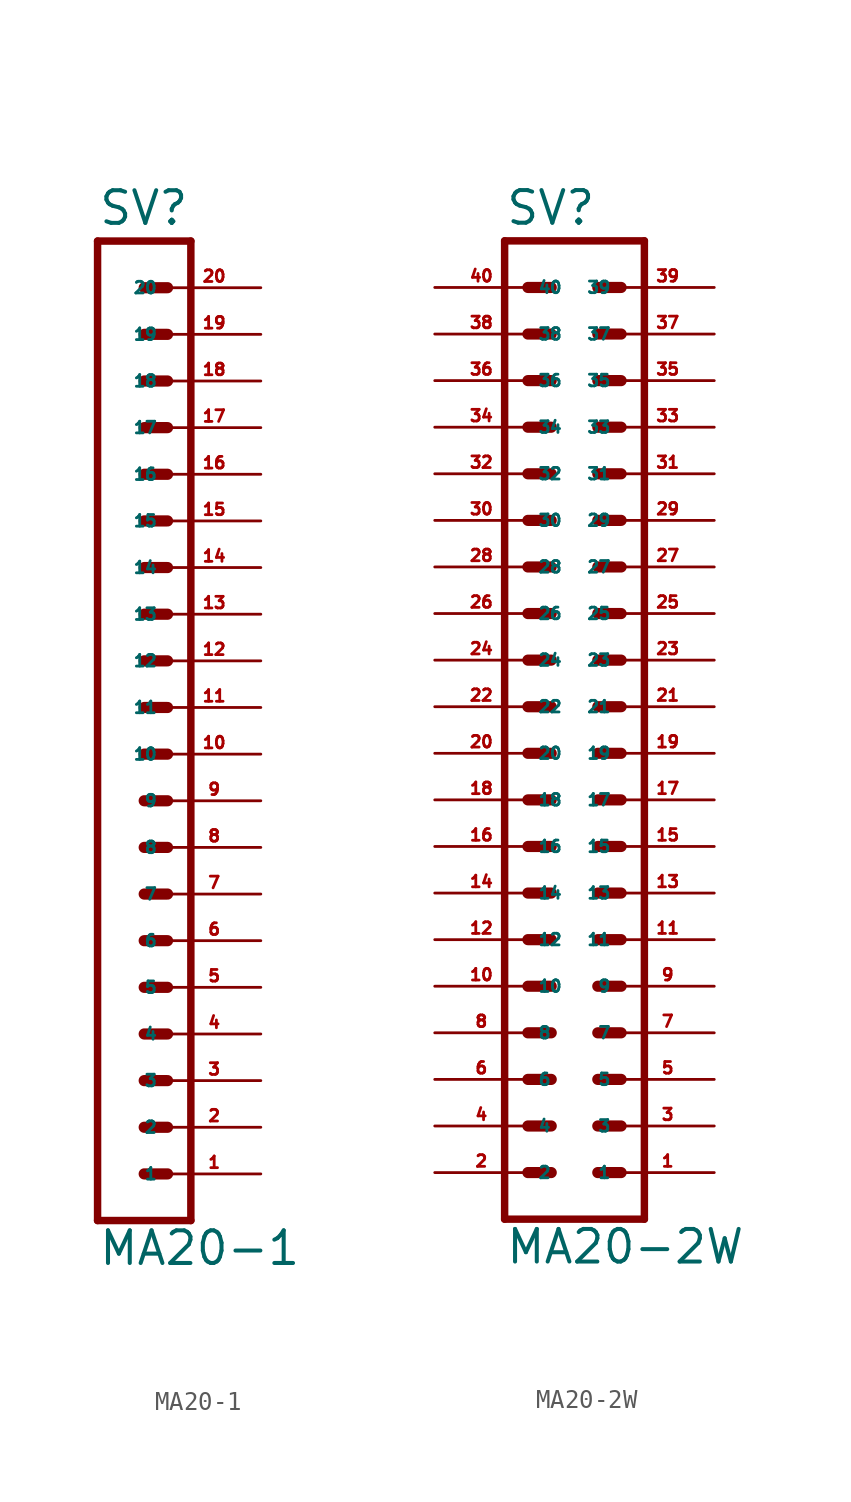
<source format=kicad_sym>
(kicad_symbol_lib
  (version 20220914)
  (generator Eagle2Kicad)
  (symbol "MA20-1"
    (property "Reference" "SV"
      (at -1.27 28.702 0)
      (effects (font (size 1.778 1.778) (thickness 0.22)) (justify left bottom)))
    (property "Value" "MA20-1"
      (at -1.27 -27.94 0)
      (effects (font (size 1.778 1.778) (thickness 0.22)) (justify left bottom)))
    (polyline
      (pts (xy 3.81 -25.4) (xy -1.27 -25.4))
      (stroke (width 0.406) (type default))
      (fill (type none)))
    (polyline
      (pts (xy 1.27 -17.78) (xy 2.54 -17.78))
      (stroke (width 0.61) (type default))
      (fill (type none)))
    (polyline
      (pts (xy 1.27 -20.32) (xy 2.54 -20.32))
      (stroke (width 0.61) (type default))
      (fill (type none)))
    (polyline
      (pts (xy 1.27 -22.86) (xy 2.54 -22.86))
      (stroke (width 0.61) (type default))
      (fill (type none)))
    (polyline
      (pts (xy 1.27 -12.7) (xy 2.54 -12.7))
      (stroke (width 0.61) (type default))
      (fill (type none)))
    (polyline
      (pts (xy 1.27 -15.24) (xy 2.54 -15.24))
      (stroke (width 0.61) (type default))
      (fill (type none)))
    (polyline
      (pts (xy 1.27 -5.08) (xy 2.54 -5.08))
      (stroke (width 0.61) (type default))
      (fill (type none)))
    (polyline
      (pts (xy 1.27 -7.62) (xy 2.54 -7.62))
      (stroke (width 0.61) (type default))
      (fill (type none)))
    (polyline
      (pts (xy 1.27 -10.16) (xy 2.54 -10.16))
      (stroke (width 0.61) (type default))
      (fill (type none)))
    (polyline
      (pts (xy 1.27 0) (xy 2.54 0))
      (stroke (width 0.61) (type default))
      (fill (type none)))
    (polyline
      (pts (xy 1.27 -2.54) (xy 2.54 -2.54))
      (stroke (width 0.61) (type default))
      (fill (type none)))
    (polyline
      (pts (xy 1.27 7.62) (xy 2.54 7.62))
      (stroke (width 0.61) (type default))
      (fill (type none)))
    (polyline
      (pts (xy 1.27 5.08) (xy 2.54 5.08))
      (stroke (width 0.61) (type default))
      (fill (type none)))
    (polyline
      (pts (xy 1.27 2.54) (xy 2.54 2.54))
      (stroke (width 0.61) (type default))
      (fill (type none)))
    (polyline
      (pts (xy 1.27 15.24) (xy 2.54 15.24))
      (stroke (width 0.61) (type default))
      (fill (type none)))
    (polyline
      (pts (xy 1.27 12.7) (xy 2.54 12.7))
      (stroke (width 0.61) (type default))
      (fill (type none)))
    (polyline
      (pts (xy 1.27 10.16) (xy 2.54 10.16))
      (stroke (width 0.61) (type default))
      (fill (type none)))
    (polyline
      (pts (xy 1.27 20.32) (xy 2.54 20.32))
      (stroke (width 0.61) (type default))
      (fill (type none)))
    (polyline
      (pts (xy 1.27 17.78) (xy 2.54 17.78))
      (stroke (width 0.61) (type default))
      (fill (type none)))
    (polyline
      (pts (xy 1.27 25.4) (xy 2.54 25.4))
      (stroke (width 0.61) (type default))
      (fill (type none)))
    (polyline
      (pts (xy 1.27 22.86) (xy 2.54 22.86))
      (stroke (width 0.61) (type default))
      (fill (type none)))
    (polyline
      (pts (xy -1.27 27.94) (xy -1.27 -25.4))
      (stroke (width 0.406) (type default))
      (fill (type none)))
    (polyline
      (pts (xy 3.81 -25.4) (xy 3.81 27.94))
      (stroke (width 0.406) (type default))
      (fill (type none)))
    (polyline
      (pts (xy -1.27 27.94) (xy 3.81 27.94))
      (stroke (width 0.406) (type default))
      (fill (type none)))
    (pin passive line
      (at 7.62 -22.86 180)
      (length 5.08)
      (name "1" (effects (font (size 0.635 0.635) (thickness 0.08)) (justify left bottom)))
      (number "1" (effects (font (size 0.635 0.635) (thickness 0.08)) (justify left bottom))))
    (pin passive line
      (at 7.62 -20.32 180)
      (length 5.08)
      (name "2" (effects (font (size 0.635 0.635) (thickness 0.08)) (justify left bottom)))
      (number "2" (effects (font (size 0.635 0.635) (thickness 0.08)) (justify left bottom))))
    (pin passive line
      (at 7.62 -17.78 180)
      (length 5.08)
      (name "3" (effects (font (size 0.635 0.635) (thickness 0.08)) (justify left bottom)))
      (number "3" (effects (font (size 0.635 0.635) (thickness 0.08)) (justify left bottom))))
    (pin passive line
      (at 7.62 -15.24 180)
      (length 5.08)
      (name "4" (effects (font (size 0.635 0.635) (thickness 0.08)) (justify left bottom)))
      (number "4" (effects (font (size 0.635 0.635) (thickness 0.08)) (justify left bottom))))
    (pin passive line
      (at 7.62 -12.7 180)
      (length 5.08)
      (name "5" (effects (font (size 0.635 0.635) (thickness 0.08)) (justify left bottom)))
      (number "5" (effects (font (size 0.635 0.635) (thickness 0.08)) (justify left bottom))))
    (pin passive line
      (at 7.62 -10.16 180)
      (length 5.08)
      (name "6" (effects (font (size 0.635 0.635) (thickness 0.08)) (justify left bottom)))
      (number "6" (effects (font (size 0.635 0.635) (thickness 0.08)) (justify left bottom))))
    (pin passive line
      (at 7.62 -7.62 180)
      (length 5.08)
      (name "7" (effects (font (size 0.635 0.635) (thickness 0.08)) (justify left bottom)))
      (number "7" (effects (font (size 0.635 0.635) (thickness 0.08)) (justify left bottom))))
    (pin passive line
      (at 7.62 -5.08 180)
      (length 5.08)
      (name "8" (effects (font (size 0.635 0.635) (thickness 0.08)) (justify left bottom)))
      (number "8" (effects (font (size 0.635 0.635) (thickness 0.08)) (justify left bottom))))
    (pin passive line
      (at 7.62 -2.54 180)
      (length 5.08)
      (name "9" (effects (font (size 0.635 0.635) (thickness 0.08)) (justify left bottom)))
      (number "9" (effects (font (size 0.635 0.635) (thickness 0.08)) (justify left bottom))))
    (pin passive line
      (at 7.62 0 180)
      (length 5.08)
      (name "10" (effects (font (size 0.635 0.635) (thickness 0.08)) (justify left bottom)))
      (number "10" (effects (font (size 0.635 0.635) (thickness 0.08)) (justify left bottom))))
    (pin passive line
      (at 7.62 2.54 180)
      (length 5.08)
      (name "11" (effects (font (size 0.635 0.635) (thickness 0.08)) (justify left bottom)))
      (number "11" (effects (font (size 0.635 0.635) (thickness 0.08)) (justify left bottom))))
    (pin passive line
      (at 7.62 5.08 180)
      (length 5.08)
      (name "12" (effects (font (size 0.635 0.635) (thickness 0.08)) (justify left bottom)))
      (number "12" (effects (font (size 0.635 0.635) (thickness 0.08)) (justify left bottom))))
    (pin passive line
      (at 7.62 7.62 180)
      (length 5.08)
      (name "13" (effects (font (size 0.635 0.635) (thickness 0.08)) (justify left bottom)))
      (number "13" (effects (font (size 0.635 0.635) (thickness 0.08)) (justify left bottom))))
    (pin passive line
      (at 7.62 10.16 180)
      (length 5.08)
      (name "14" (effects (font (size 0.635 0.635) (thickness 0.08)) (justify left bottom)))
      (number "14" (effects (font (size 0.635 0.635) (thickness 0.08)) (justify left bottom))))
    (pin passive line
      (at 7.62 12.7 180)
      (length 5.08)
      (name "15" (effects (font (size 0.635 0.635) (thickness 0.08)) (justify left bottom)))
      (number "15" (effects (font (size 0.635 0.635) (thickness 0.08)) (justify left bottom))))
    (pin passive line
      (at 7.62 15.24 180)
      (length 5.08)
      (name "16" (effects (font (size 0.635 0.635) (thickness 0.08)) (justify left bottom)))
      (number "16" (effects (font (size 0.635 0.635) (thickness 0.08)) (justify left bottom))))
    (pin passive line
      (at 7.62 17.78 180)
      (length 5.08)
      (name "17" (effects (font (size 0.635 0.635) (thickness 0.08)) (justify left bottom)))
      (number "17" (effects (font (size 0.635 0.635) (thickness 0.08)) (justify left bottom))))
    (pin passive line
      (at 7.62 20.32 180)
      (length 5.08)
      (name "18" (effects (font (size 0.635 0.635) (thickness 0.08)) (justify left bottom)))
      (number "18" (effects (font (size 0.635 0.635) (thickness 0.08)) (justify left bottom))))
    (pin passive line
      (at 7.62 22.86 180)
      (length 5.08)
      (name "19" (effects (font (size 0.635 0.635) (thickness 0.08)) (justify left bottom)))
      (number "19" (effects (font (size 0.635 0.635) (thickness 0.08)) (justify left bottom))))
    (pin passive line
      (at 7.62 25.4 180)
      (length 5.08)
      (name "20" (effects (font (size 0.635 0.635) (thickness 0.08)) (justify left bottom)))
      (number "20" (effects (font (size 0.635 0.635) (thickness 0.08)) (justify left bottom)))))
  (symbol "MA20-2W"
    (property "Reference" "SV"
      (at -3.81 26.162 0)
      (effects (font (size 1.778 1.778) (thickness 0.22)) (justify left bottom)))
    (property "Value" "MA20-2W"
      (at -3.81 -30.48 0)
      (effects (font (size 1.778 1.778) (thickness 0.22)) (justify left bottom)))
    (polyline
      (pts (xy 3.81 -27.94) (xy -3.81 -27.94))
      (stroke (width 0.406) (type default))
      (fill (type none)))
    (polyline
      (pts (xy 1.27 -20.32) (xy 2.54 -20.32))
      (stroke (width 0.61) (type default))
      (fill (type none)))
    (polyline
      (pts (xy 1.27 -22.86) (xy 2.54 -22.86))
      (stroke (width 0.61) (type default))
      (fill (type none)))
    (polyline
      (pts (xy 1.27 -25.4) (xy 2.54 -25.4))
      (stroke (width 0.61) (type default))
      (fill (type none)))
    (polyline
      (pts (xy -2.54 -20.32) (xy -1.27 -20.32))
      (stroke (width 0.61) (type default))
      (fill (type none)))
    (polyline
      (pts (xy -2.54 -22.86) (xy -1.27 -22.86))
      (stroke (width 0.61) (type default))
      (fill (type none)))
    (polyline
      (pts (xy -2.54 -25.4) (xy -1.27 -25.4))
      (stroke (width 0.61) (type default))
      (fill (type none)))
    (polyline
      (pts (xy 1.27 -15.24) (xy 2.54 -15.24))
      (stroke (width 0.61) (type default))
      (fill (type none)))
    (polyline
      (pts (xy 1.27 -17.78) (xy 2.54 -17.78))
      (stroke (width 0.61) (type default))
      (fill (type none)))
    (polyline
      (pts (xy -2.54 -15.24) (xy -1.27 -15.24))
      (stroke (width 0.61) (type default))
      (fill (type none)))
    (polyline
      (pts (xy -2.54 -17.78) (xy -1.27 -17.78))
      (stroke (width 0.61) (type default))
      (fill (type none)))
    (polyline
      (pts (xy 1.27 -7.62) (xy 2.54 -7.62))
      (stroke (width 0.61) (type default))
      (fill (type none)))
    (polyline
      (pts (xy 1.27 -10.16) (xy 2.54 -10.16))
      (stroke (width 0.61) (type default))
      (fill (type none)))
    (polyline
      (pts (xy 1.27 -12.7) (xy 2.54 -12.7))
      (stroke (width 0.61) (type default))
      (fill (type none)))
    (polyline
      (pts (xy -2.54 -7.62) (xy -1.27 -7.62))
      (stroke (width 0.61) (type default))
      (fill (type none)))
    (polyline
      (pts (xy -2.54 -10.16) (xy -1.27 -10.16))
      (stroke (width 0.61) (type default))
      (fill (type none)))
    (polyline
      (pts (xy -2.54 -12.7) (xy -1.27 -12.7))
      (stroke (width 0.61) (type default))
      (fill (type none)))
    (polyline
      (pts (xy 1.27 -2.54) (xy 2.54 -2.54))
      (stroke (width 0.61) (type default))
      (fill (type none)))
    (polyline
      (pts (xy 1.27 -5.08) (xy 2.54 -5.08))
      (stroke (width 0.61) (type default))
      (fill (type none)))
    (polyline
      (pts (xy -2.54 -2.54) (xy -1.27 -2.54))
      (stroke (width 0.61) (type default))
      (fill (type none)))
    (polyline
      (pts (xy -2.54 -5.08) (xy -1.27 -5.08))
      (stroke (width 0.61) (type default))
      (fill (type none)))
    (polyline
      (pts (xy 1.27 5.08) (xy 2.54 5.08))
      (stroke (width 0.61) (type default))
      (fill (type none)))
    (polyline
      (pts (xy 1.27 2.54) (xy 2.54 2.54))
      (stroke (width 0.61) (type default))
      (fill (type none)))
    (polyline
      (pts (xy 1.27 0) (xy 2.54 0))
      (stroke (width 0.61) (type default))
      (fill (type none)))
    (polyline
      (pts (xy -2.54 5.08) (xy -1.27 5.08))
      (stroke (width 0.61) (type default))
      (fill (type none)))
    (polyline
      (pts (xy -2.54 2.54) (xy -1.27 2.54))
      (stroke (width 0.61) (type default))
      (fill (type none)))
    (polyline
      (pts (xy -2.54 0) (xy -1.27 0))
      (stroke (width 0.61) (type default))
      (fill (type none)))
    (polyline
      (pts (xy 1.27 10.16) (xy 2.54 10.16))
      (stroke (width 0.61) (type default))
      (fill (type none)))
    (polyline
      (pts (xy 1.27 7.62) (xy 2.54 7.62))
      (stroke (width 0.61) (type default))
      (fill (type none)))
    (polyline
      (pts (xy -2.54 10.16) (xy -1.27 10.16))
      (stroke (width 0.61) (type default))
      (fill (type none)))
    (polyline
      (pts (xy -2.54 7.62) (xy -1.27 7.62))
      (stroke (width 0.61) (type default))
      (fill (type none)))
    (polyline
      (pts (xy 1.27 15.24) (xy 2.54 15.24))
      (stroke (width 0.61) (type default))
      (fill (type none)))
    (polyline
      (pts (xy 1.27 12.7) (xy 2.54 12.7))
      (stroke (width 0.61) (type default))
      (fill (type none)))
    (polyline
      (pts (xy -2.54 15.24) (xy -1.27 15.24))
      (stroke (width 0.61) (type default))
      (fill (type none)))
    (polyline
      (pts (xy -2.54 12.7) (xy -1.27 12.7))
      (stroke (width 0.61) (type default))
      (fill (type none)))
    (polyline
      (pts (xy -3.81 25.4) (xy -3.81 -27.94))
      (stroke (width 0.406) (type default))
      (fill (type none)))
    (polyline
      (pts (xy 3.81 -27.94) (xy 3.81 25.4))
      (stroke (width 0.406) (type default))
      (fill (type none)))
    (polyline
      (pts (xy -3.81 25.4) (xy 3.81 25.4))
      (stroke (width 0.406) (type default))
      (fill (type none)))
    (polyline
      (pts (xy -2.54 17.78) (xy -1.27 17.78))
      (stroke (width 0.61) (type default))
      (fill (type none)))
    (polyline
      (pts (xy -2.54 20.32) (xy -1.27 20.32))
      (stroke (width 0.61) (type default))
      (fill (type none)))
    (polyline
      (pts (xy -2.54 22.86) (xy -1.27 22.86))
      (stroke (width 0.61) (type default))
      (fill (type none)))
    (polyline
      (pts (xy 1.27 17.78) (xy 2.54 17.78))
      (stroke (width 0.61) (type default))
      (fill (type none)))
    (polyline
      (pts (xy 1.27 20.32) (xy 2.54 20.32))
      (stroke (width 0.61) (type default))
      (fill (type none)))
    (polyline
      (pts (xy 1.27 22.86) (xy 2.54 22.86))
      (stroke (width 0.61) (type default))
      (fill (type none)))
    (pin passive line
      (at 7.62 -25.4 180)
      (length 5.08)
      (name "1" (effects (font (size 0.635 0.635) (thickness 0.08)) (justify left bottom)))
      (number "1" (effects (font (size 0.635 0.635) (thickness 0.08)) (justify left bottom))))
    (pin passive line
      (at 7.62 -22.86 180)
      (length 5.08)
      (name "3" (effects (font (size 0.635 0.635) (thickness 0.08)) (justify left bottom)))
      (number "3" (effects (font (size 0.635 0.635) (thickness 0.08)) (justify left bottom))))
    (pin passive line
      (at 7.62 -20.32 180)
      (length 5.08)
      (name "5" (effects (font (size 0.635 0.635) (thickness 0.08)) (justify left bottom)))
      (number "5" (effects (font (size 0.635 0.635) (thickness 0.08)) (justify left bottom))))
    (pin passive line
      (at -7.62 -25.4 0)
      (length 5.08)
      (name "2" (effects (font (size 0.635 0.635) (thickness 0.08)) (justify left bottom)))
      (number "2" (effects (font (size 0.635 0.635) (thickness 0.08)) (justify left bottom))))
    (pin passive line
      (at -7.62 -22.86 0)
      (length 5.08)
      (name "4" (effects (font (size 0.635 0.635) (thickness 0.08)) (justify left bottom)))
      (number "4" (effects (font (size 0.635 0.635) (thickness 0.08)) (justify left bottom))))
    (pin passive line
      (at -7.62 -20.32 0)
      (length 5.08)
      (name "6" (effects (font (size 0.635 0.635) (thickness 0.08)) (justify left bottom)))
      (number "6" (effects (font (size 0.635 0.635) (thickness 0.08)) (justify left bottom))))
    (pin passive line
      (at 7.62 -17.78 180)
      (length 5.08)
      (name "7" (effects (font (size 0.635 0.635) (thickness 0.08)) (justify left bottom)))
      (number "7" (effects (font (size 0.635 0.635) (thickness 0.08)) (justify left bottom))))
    (pin passive line
      (at 7.62 -15.24 180)
      (length 5.08)
      (name "9" (effects (font (size 0.635 0.635) (thickness 0.08)) (justify left bottom)))
      (number "9" (effects (font (size 0.635 0.635) (thickness 0.08)) (justify left bottom))))
    (pin passive line
      (at -7.62 -17.78 0)
      (length 5.08)
      (name "8" (effects (font (size 0.635 0.635) (thickness 0.08)) (justify left bottom)))
      (number "8" (effects (font (size 0.635 0.635) (thickness 0.08)) (justify left bottom))))
    (pin passive line
      (at -7.62 -15.24 0)
      (length 5.08)
      (name "10" (effects (font (size 0.635 0.635) (thickness 0.08)) (justify left bottom)))
      (number "10" (effects (font (size 0.635 0.635) (thickness 0.08)) (justify left bottom))))
    (pin passive line
      (at 7.62 -12.7 180)
      (length 5.08)
      (name "11" (effects (font (size 0.635 0.635) (thickness 0.08)) (justify left bottom)))
      (number "11" (effects (font (size 0.635 0.635) (thickness 0.08)) (justify left bottom))))
    (pin passive line
      (at 7.62 -10.16 180)
      (length 5.08)
      (name "13" (effects (font (size 0.635 0.635) (thickness 0.08)) (justify left bottom)))
      (number "13" (effects (font (size 0.635 0.635) (thickness 0.08)) (justify left bottom))))
    (pin passive line
      (at 7.62 -7.62 180)
      (length 5.08)
      (name "15" (effects (font (size 0.635 0.635) (thickness 0.08)) (justify left bottom)))
      (number "15" (effects (font (size 0.635 0.635) (thickness 0.08)) (justify left bottom))))
    (pin passive line
      (at -7.62 -12.7 0)
      (length 5.08)
      (name "12" (effects (font (size 0.635 0.635) (thickness 0.08)) (justify left bottom)))
      (number "12" (effects (font (size 0.635 0.635) (thickness 0.08)) (justify left bottom))))
    (pin passive line
      (at -7.62 -10.16 0)
      (length 5.08)
      (name "14" (effects (font (size 0.635 0.635) (thickness 0.08)) (justify left bottom)))
      (number "14" (effects (font (size 0.635 0.635) (thickness 0.08)) (justify left bottom))))
    (pin passive line
      (at -7.62 -7.62 0)
      (length 5.08)
      (name "16" (effects (font (size 0.635 0.635) (thickness 0.08)) (justify left bottom)))
      (number "16" (effects (font (size 0.635 0.635) (thickness 0.08)) (justify left bottom))))
    (pin passive line
      (at 7.62 -5.08 180)
      (length 5.08)
      (name "17" (effects (font (size 0.635 0.635) (thickness 0.08)) (justify left bottom)))
      (number "17" (effects (font (size 0.635 0.635) (thickness 0.08)) (justify left bottom))))
    (pin passive line
      (at 7.62 -2.54 180)
      (length 5.08)
      (name "19" (effects (font (size 0.635 0.635) (thickness 0.08)) (justify left bottom)))
      (number "19" (effects (font (size 0.635 0.635) (thickness 0.08)) (justify left bottom))))
    (pin passive line
      (at -7.62 -5.08 0)
      (length 5.08)
      (name "18" (effects (font (size 0.635 0.635) (thickness 0.08)) (justify left bottom)))
      (number "18" (effects (font (size 0.635 0.635) (thickness 0.08)) (justify left bottom))))
    (pin passive line
      (at -7.62 -2.54 0)
      (length 5.08)
      (name "20" (effects (font (size 0.635 0.635) (thickness 0.08)) (justify left bottom)))
      (number "20" (effects (font (size 0.635 0.635) (thickness 0.08)) (justify left bottom))))
    (pin passive line
      (at 7.62 0 180)
      (length 5.08)
      (name "21" (effects (font (size 0.635 0.635) (thickness 0.08)) (justify left bottom)))
      (number "21" (effects (font (size 0.635 0.635) (thickness 0.08)) (justify left bottom))))
    (pin passive line
      (at 7.62 2.54 180)
      (length 5.08)
      (name "23" (effects (font (size 0.635 0.635) (thickness 0.08)) (justify left bottom)))
      (number "23" (effects (font (size 0.635 0.635) (thickness 0.08)) (justify left bottom))))
    (pin passive line
      (at 7.62 5.08 180)
      (length 5.08)
      (name "25" (effects (font (size 0.635 0.635) (thickness 0.08)) (justify left bottom)))
      (number "25" (effects (font (size 0.635 0.635) (thickness 0.08)) (justify left bottom))))
    (pin passive line
      (at -7.62 0 0)
      (length 5.08)
      (name "22" (effects (font (size 0.635 0.635) (thickness 0.08)) (justify left bottom)))
      (number "22" (effects (font (size 0.635 0.635) (thickness 0.08)) (justify left bottom))))
    (pin passive line
      (at -7.62 2.54 0)
      (length 5.08)
      (name "24" (effects (font (size 0.635 0.635) (thickness 0.08)) (justify left bottom)))
      (number "24" (effects (font (size 0.635 0.635) (thickness 0.08)) (justify left bottom))))
    (pin passive line
      (at -7.62 5.08 0)
      (length 5.08)
      (name "26" (effects (font (size 0.635 0.635) (thickness 0.08)) (justify left bottom)))
      (number "26" (effects (font (size 0.635 0.635) (thickness 0.08)) (justify left bottom))))
    (pin passive line
      (at 7.62 7.62 180)
      (length 5.08)
      (name "27" (effects (font (size 0.635 0.635) (thickness 0.08)) (justify left bottom)))
      (number "27" (effects (font (size 0.635 0.635) (thickness 0.08)) (justify left bottom))))
    (pin passive line
      (at 7.62 10.16 180)
      (length 5.08)
      (name "29" (effects (font (size 0.635 0.635) (thickness 0.08)) (justify left bottom)))
      (number "29" (effects (font (size 0.635 0.635) (thickness 0.08)) (justify left bottom))))
    (pin passive line
      (at -7.62 7.62 0)
      (length 5.08)
      (name "28" (effects (font (size 0.635 0.635) (thickness 0.08)) (justify left bottom)))
      (number "28" (effects (font (size 0.635 0.635) (thickness 0.08)) (justify left bottom))))
    (pin passive line
      (at -7.62 10.16 0)
      (length 5.08)
      (name "30" (effects (font (size 0.635 0.635) (thickness 0.08)) (justify left bottom)))
      (number "30" (effects (font (size 0.635 0.635) (thickness 0.08)) (justify left bottom))))
    (pin passive line
      (at 7.62 12.7 180)
      (length 5.08)
      (name "31" (effects (font (size 0.635 0.635) (thickness 0.08)) (justify left bottom)))
      (number "31" (effects (font (size 0.635 0.635) (thickness 0.08)) (justify left bottom))))
    (pin passive line
      (at 7.62 15.24 180)
      (length 5.08)
      (name "33" (effects (font (size 0.635 0.635) (thickness 0.08)) (justify left bottom)))
      (number "33" (effects (font (size 0.635 0.635) (thickness 0.08)) (justify left bottom))))
    (pin passive line
      (at -7.62 12.7 0)
      (length 5.08)
      (name "32" (effects (font (size 0.635 0.635) (thickness 0.08)) (justify left bottom)))
      (number "32" (effects (font (size 0.635 0.635) (thickness 0.08)) (justify left bottom))))
    (pin passive line
      (at -7.62 15.24 0)
      (length 5.08)
      (name "34" (effects (font (size 0.635 0.635) (thickness 0.08)) (justify left bottom)))
      (number "34" (effects (font (size 0.635 0.635) (thickness 0.08)) (justify left bottom))))
    (pin passive line
      (at -7.62 17.78 0)
      (length 5.08)
      (name "36" (effects (font (size 0.635 0.635) (thickness 0.08)) (justify left bottom)))
      (number "36" (effects (font (size 0.635 0.635) (thickness 0.08)) (justify left bottom))))
    (pin passive line
      (at -7.62 20.32 0)
      (length 5.08)
      (name "38" (effects (font (size 0.635 0.635) (thickness 0.08)) (justify left bottom)))
      (number "38" (effects (font (size 0.635 0.635) (thickness 0.08)) (justify left bottom))))
    (pin passive line
      (at -7.62 22.86 0)
      (length 5.08)
      (name "40" (effects (font (size 0.635 0.635) (thickness 0.08)) (justify left bottom)))
      (number "40" (effects (font (size 0.635 0.635) (thickness 0.08)) (justify left bottom))))
    (pin passive line
      (at 7.62 17.78 180)
      (length 5.08)
      (name "35" (effects (font (size 0.635 0.635) (thickness 0.08)) (justify left bottom)))
      (number "35" (effects (font (size 0.635 0.635) (thickness 0.08)) (justify left bottom))))
    (pin passive line
      (at 7.62 20.32 180)
      (length 5.08)
      (name "37" (effects (font (size 0.635 0.635) (thickness 0.08)) (justify left bottom)))
      (number "37" (effects (font (size 0.635 0.635) (thickness 0.08)) (justify left bottom))))
    (pin passive line
      (at 7.62 22.86 180)
      (length 5.08)
      (name "39" (effects (font (size 0.635 0.635) (thickness 0.08)) (justify left bottom)))
      (number "39" (effects (font (size 0.635 0.635) (thickness 0.08)) (justify left bottom))))))
</source>
